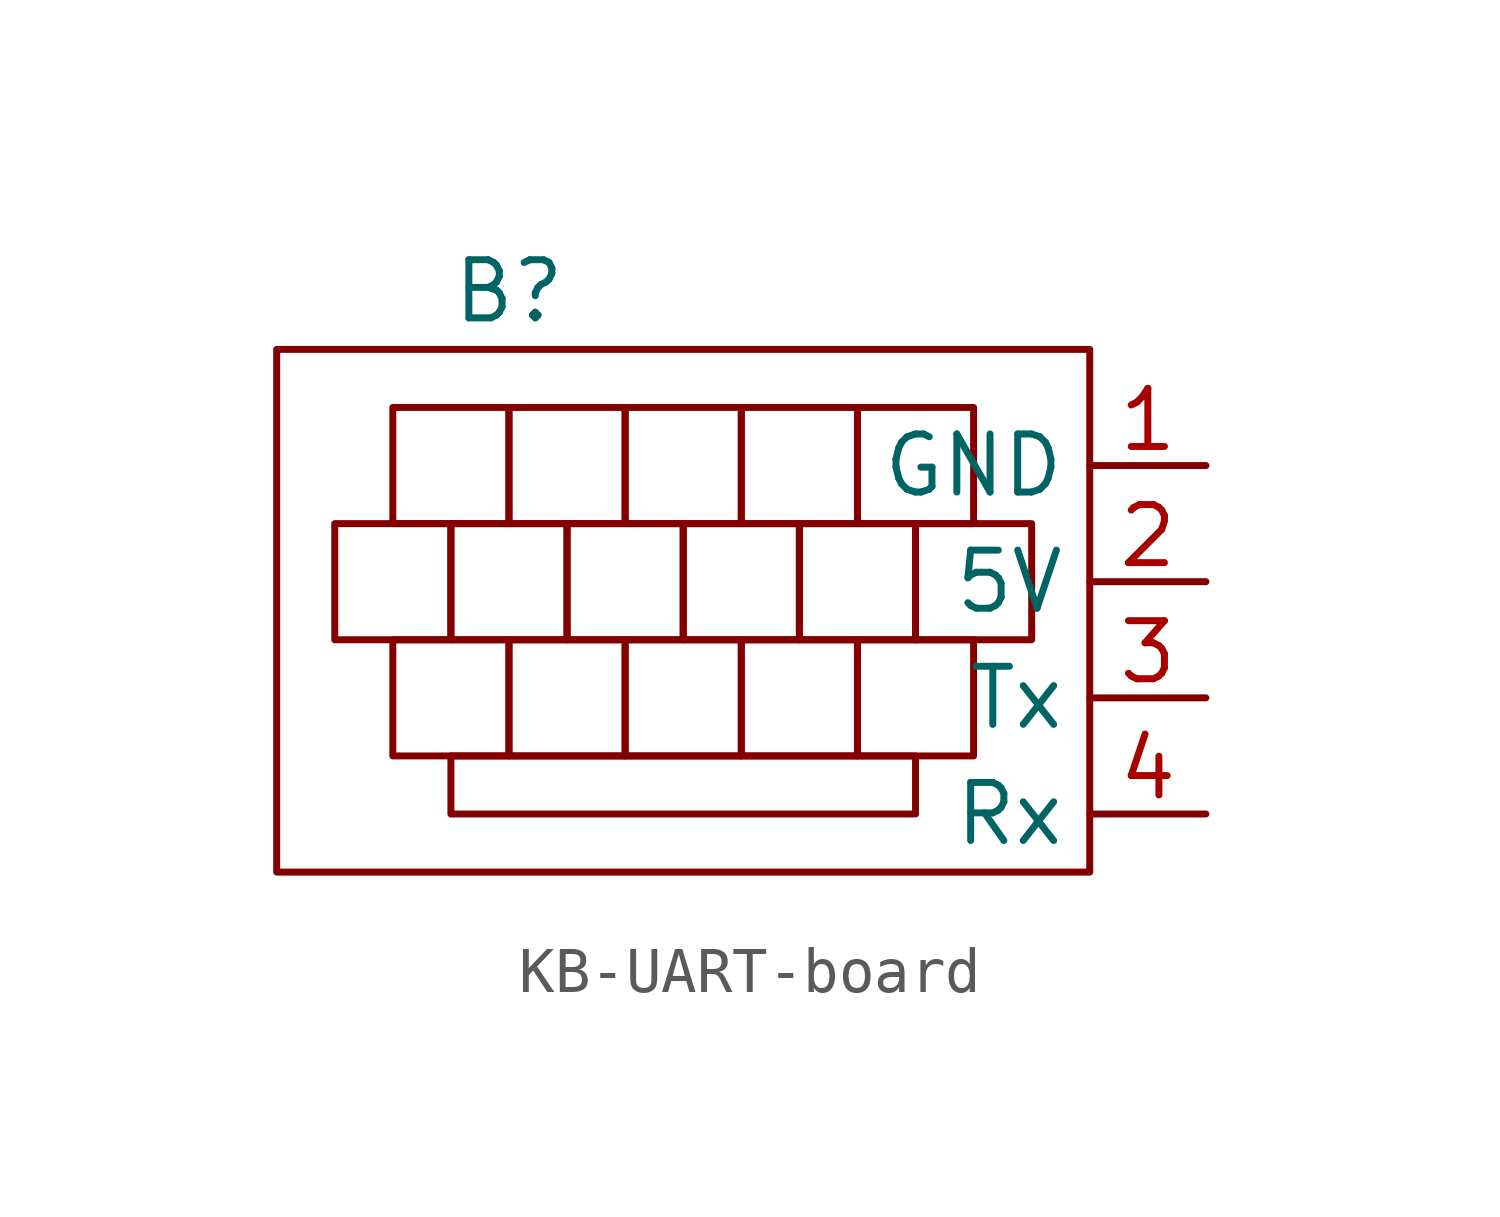
<source format=kicad_sym>
(kicad_symbol_lib
  (version 20220914)
  (generator kicad_symbol_editor)
  (symbol "KB-UART-board"
    (property "Reference" "B"
      (at -8.89 6.35 0)
      (effects (font (size 1.27 1.27))))
    (property "Value" ""
      (at 0 0 0)
      (effects (font (size 1.27 1.27))))
    (symbol "KB-UART-board_0_1"
      (rectangle (start -13.97 5.08) (end 3.81 -6.35) (stroke (width 0) (type default)) (fill (type none)))
      (rectangle (start -12.7 1.27) (end -10.16 -1.27) (stroke (width 0) (type default)) (fill (type none)))
      (rectangle (start -11.43 -1.27) (end -8.89 -3.81) (stroke (width 0) (type default)) (fill (type none)))
      (rectangle (start -11.43 3.81) (end -8.89 1.27) (stroke (width 0) (type default)) (fill (type none)))
      (rectangle (start -10.16 -3.81) (end 0 -5.08) (stroke (width 0) (type default)) (fill (type none)))
      (rectangle (start -10.16 1.27) (end -7.62 -1.27) (stroke (width 0) (type default)) (fill (type none)))
      (rectangle (start -8.89 -1.27) (end -6.35 -3.81) (stroke (width 0) (type default)) (fill (type none)))
      (rectangle (start -8.89 3.81) (end -6.35 1.27) (stroke (width 0) (type default)) (fill (type none)))
      (rectangle (start -7.62 1.27) (end -5.08 -1.27) (stroke (width 0) (type default)) (fill (type none)))
      (rectangle (start -6.35 -1.27) (end -3.81 -3.81) (stroke (width 0) (type default)) (fill (type none)))
      (rectangle (start -6.35 3.81) (end -3.81 1.27) (stroke (width 0) (type default)) (fill (type none)))
      (rectangle (start -5.08 1.27) (end -2.54 -1.27) (stroke (width 0) (type default)) (fill (type none)))
      (rectangle (start -3.81 -1.27) (end -1.27 -3.81) (stroke (width 0) (type default)) (fill (type none)))
      (rectangle (start -3.81 3.81) (end -1.27 1.27) (stroke (width 0) (type default)) (fill (type none)))
      (rectangle (start -2.54 1.27) (end 0 -1.27) (stroke (width 0) (type default)) (fill (type none)))
      (rectangle (start -1.27 -1.27) (end 1.27 -3.81) (stroke (width 0) (type default)) (fill (type none)))
      (rectangle (start -1.27 3.81) (end 1.27 1.27) (stroke (width 0) (type default)) (fill (type none)))
      (rectangle (start 0 1.27) (end 2.54 -1.27) (stroke (width 0) (type default)) (fill (type none))))
    (symbol "KB-UART-board_1_1"
      (pin power_in line (at 6.35 2.54 180) (length 2.54) (name "GND" (effects (font (size 1.27 1.27)))) (number "1" (effects (font (size 1.27 1.27)))))
      (pin power_in line (at 6.35 0 180) (length 2.54) (name "5V" (effects (font (size 1.27 1.27)))) (number "2" (effects (font (size 1.27 1.27)))))
      (pin output line (at 6.35 -2.54 180) (length 2.54) (name "Tx" (effects (font (size 1.27 1.27)))) (number "3" (effects (font (size 1.27 1.27)))))
      (pin input line (at 6.35 -5.08 180) (length 2.54) (name "Rx" (effects (font (size 1.27 1.27)))) (number "4" (effects (font (size 1.27 1.27))))))))
</source>
